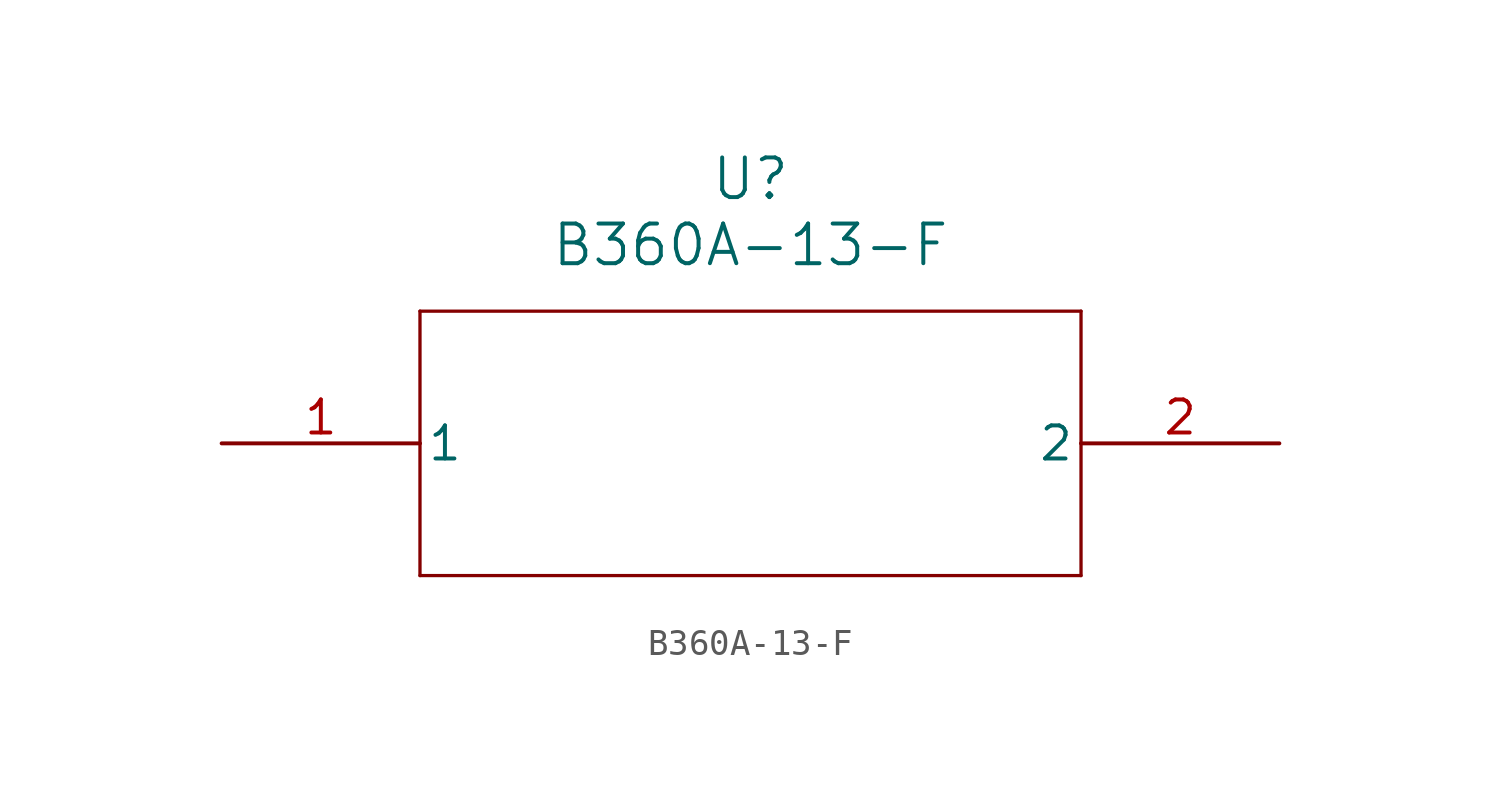
<source format=kicad_sym>
(kicad_symbol_lib
  (version 20211014)
  (generator kicad_symbol_editor)
  (symbol "B360A-13-F"
    (pin_names
      (offset 0.254))
    (property "Reference" "U"
      (at 20.32 10.16 0)
      (effects (font (size 1.524 1.524))))
    (property "Value" "B360A-13-F"
      (at 20.32 7.62 0)
      (effects (font (size 1.524 1.524))))
    (symbol "B360A-13-F_0_1"
      (polyline (pts (xy 7.62 5.08) (xy 7.62 -5.08)) (stroke (width 0.127) (type default) (color 0 0 0 0)) (fill (type none)))
      (polyline (pts (xy 7.62 -5.08) (xy 33.02 -5.08)) (stroke (width 0.127) (type default) (color 0 0 0 0)) (fill (type none)))
      (polyline (pts (xy 33.02 -5.08) (xy 33.02 5.08)) (stroke (width 0.127) (type default) (color 0 0 0 0)) (fill (type none)))
      (polyline (pts (xy 33.02 5.08) (xy 7.62 5.08)) (stroke (width 0.127) (type default) (color 0 0 0 0)) (fill (type none)))
      (pin unspecified line (at 0 0 0) (length 7.62) (name "1" (effects (font (size 1.27 1.27)))) (number "1" (effects (font (size 1.27 1.27)))))
      (pin unspecified line (at 40.64 0 180) (length 7.62) (name "2" (effects (font (size 1.27 1.27)))) (number "2" (effects (font (size 1.27 1.27))))))))
</source>
